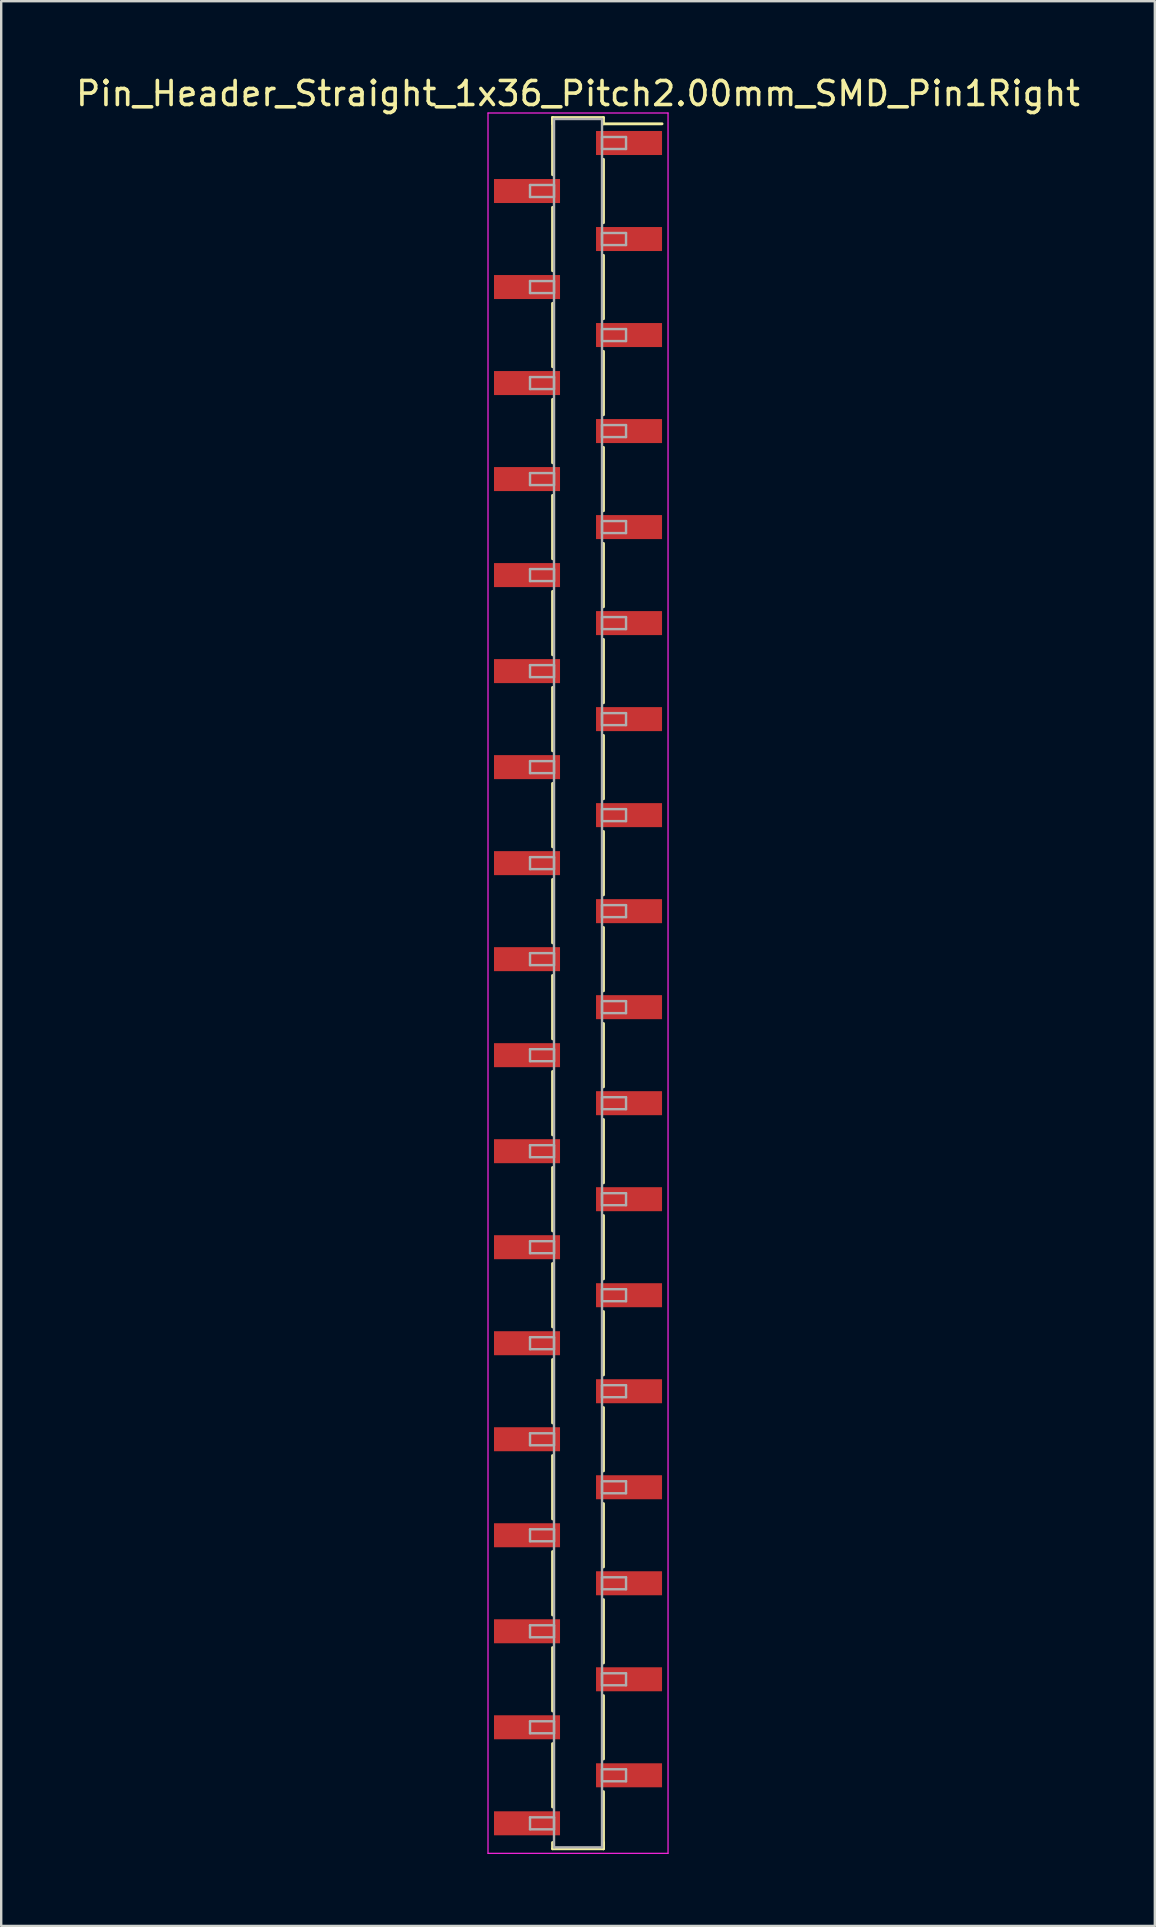
<source format=kicad_pcb>
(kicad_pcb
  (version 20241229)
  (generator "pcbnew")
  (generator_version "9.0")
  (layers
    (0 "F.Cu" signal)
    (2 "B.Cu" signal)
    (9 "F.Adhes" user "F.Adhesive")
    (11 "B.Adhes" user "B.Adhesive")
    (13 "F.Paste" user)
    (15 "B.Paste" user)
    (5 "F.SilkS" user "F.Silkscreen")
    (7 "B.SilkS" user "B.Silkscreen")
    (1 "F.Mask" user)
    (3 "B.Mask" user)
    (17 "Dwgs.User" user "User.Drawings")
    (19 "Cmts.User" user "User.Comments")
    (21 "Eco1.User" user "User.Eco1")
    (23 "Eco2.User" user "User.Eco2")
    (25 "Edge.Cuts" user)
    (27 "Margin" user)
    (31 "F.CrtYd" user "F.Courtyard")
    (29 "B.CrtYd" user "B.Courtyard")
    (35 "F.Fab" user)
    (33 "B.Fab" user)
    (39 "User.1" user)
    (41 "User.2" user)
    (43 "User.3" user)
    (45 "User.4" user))
  (footprint "Pin_Header_Straight_1x36_Pitch2.00mm_SMD_Pin1Right"
    (layer "F.Cu")
    (at 21.03 37.908)
    (property "Reference" "Pin_Header_Straight_1x36_Pitch2.00mm_SMD_Pin1Right" (at 0 -37.06 0) (layer "F.SilkS") (effects (font (size 1 1) (thickness 0.15))))
    (attr smd)
    (fp_line (start -1.06 -36.06) (end -1.06 -33.68) (stroke (width 0.12) (type solid)) (layer "F.SilkS"))
    (fp_line (start -1.06 -36.06) (end 1.06 -36.06) (stroke (width 0.12) (type solid)) (layer "F.SilkS"))
    (fp_line (start -1.06 -35.8) (end -1.06 -36.06) (stroke (width 0.12) (type solid)) (layer "F.SilkS"))
    (fp_line (start -1.06 -32.32) (end -1.06 -29.68) (stroke (width 0.12) (type solid)) (layer "F.SilkS"))
    (fp_line (start -1.06 -28.32) (end -1.06 -25.68) (stroke (width 0.12) (type solid)) (layer "F.SilkS"))
    (fp_line (start -1.06 -24.32) (end -1.06 -21.68) (stroke (width 0.12) (type solid)) (layer "F.SilkS"))
    (fp_line (start -1.06 -20.32) (end -1.06 -17.68) (stroke (width 0.12) (type solid)) (layer "F.SilkS"))
    (fp_line (start -1.06 -16.32) (end -1.06 -13.68) (stroke (width 0.12) (type solid)) (layer "F.SilkS"))
    (fp_line (start -1.06 -12.32) (end -1.06 -9.68) (stroke (width 0.12) (type solid)) (layer "F.SilkS"))
    (fp_line (start -1.06 -8.32) (end -1.06 -5.68) (stroke (width 0.12) (type solid)) (layer "F.SilkS"))
    (fp_line (start -1.06 -4.32) (end -1.06 -1.68) (stroke (width 0.12) (type solid)) (layer "F.SilkS"))
    (fp_line (start -1.06 -0.32) (end -1.06 2.32) (stroke (width 0.12) (type solid)) (layer "F.SilkS"))
    (fp_line (start -1.06 3.68) (end -1.06 6.32) (stroke (width 0.12) (type solid)) (layer "F.SilkS"))
    (fp_line (start -1.06 7.68) (end -1.06 10.32) (stroke (width 0.12) (type solid)) (layer "F.SilkS"))
    (fp_line (start -1.06 11.68) (end -1.06 14.32) (stroke (width 0.12) (type solid)) (layer "F.SilkS"))
    (fp_line (start -1.06 15.68) (end -1.06 18.32) (stroke (width 0.12) (type solid)) (layer "F.SilkS"))
    (fp_line (start -1.06 19.68) (end -1.06 22.32) (stroke (width 0.12) (type solid)) (layer "F.SilkS"))
    (fp_line (start -1.06 23.68) (end -1.06 26.32) (stroke (width 0.12) (type solid)) (layer "F.SilkS"))
    (fp_line (start -1.06 27.68) (end -1.06 30.32) (stroke (width 0.12) (type solid)) (layer "F.SilkS"))
    (fp_line (start -1.06 31.68) (end -1.06 34.32) (stroke (width 0.12) (type solid)) (layer "F.SilkS"))
    (fp_line (start -1.06 35.8) (end -1.06 36.06) (stroke (width 0.12) (type solid)) (layer "F.SilkS"))
    (fp_line (start -1.06 36.06) (end 1.06 36.06) (stroke (width 0.12) (type solid)) (layer "F.SilkS"))
    (fp_line (start 1.06 -36.06) (end 1.06 -35.8) (stroke (width 0.12) (type solid)) (layer "F.SilkS"))
    (fp_line (start 1.06 -35.8) (end 3.5 -35.8) (stroke (width 0.12) (type solid)) (layer "F.SilkS"))
    (fp_line (start 1.06 -34.32) (end 1.06 -31.68) (stroke (width 0.12) (type solid)) (layer "F.SilkS"))
    (fp_line (start 1.06 -30.32) (end 1.06 -27.68) (stroke (width 0.12) (type solid)) (layer "F.SilkS"))
    (fp_line (start 1.06 -26.32) (end 1.06 -23.68) (stroke (width 0.12) (type solid)) (layer "F.SilkS"))
    (fp_line (start 1.06 -22.32) (end 1.06 -19.68) (stroke (width 0.12) (type solid)) (layer "F.SilkS"))
    (fp_line (start 1.06 -18.32) (end 1.06 -15.68) (stroke (width 0.12) (type solid)) (layer "F.SilkS"))
    (fp_line (start 1.06 -14.32) (end 1.06 -11.68) (stroke (width 0.12) (type solid)) (layer "F.SilkS"))
    (fp_line (start 1.06 -10.32) (end 1.06 -7.68) (stroke (width 0.12) (type solid)) (layer "F.SilkS"))
    (fp_line (start 1.06 -6.32) (end 1.06 -3.68) (stroke (width 0.12) (type solid)) (layer "F.SilkS"))
    (fp_line (start 1.06 -2.32) (end 1.06 0.32) (stroke (width 0.12) (type solid)) (layer "F.SilkS"))
    (fp_line (start 1.06 1.68) (end 1.06 4.32) (stroke (width 0.12) (type solid)) (layer "F.SilkS"))
    (fp_line (start 1.06 5.68) (end 1.06 8.32) (stroke (width 0.12) (type solid)) (layer "F.SilkS"))
    (fp_line (start 1.06 9.68) (end 1.06 12.32) (stroke (width 0.12) (type solid)) (layer "F.SilkS"))
    (fp_line (start 1.06 13.68) (end 1.06 16.32) (stroke (width 0.12) (type solid)) (layer "F.SilkS"))
    (fp_line (start 1.06 17.68) (end 1.06 20.32) (stroke (width 0.12) (type solid)) (layer "F.SilkS"))
    (fp_line (start 1.06 21.68) (end 1.06 24.32) (stroke (width 0.12) (type solid)) (layer "F.SilkS"))
    (fp_line (start 1.06 25.68) (end 1.06 28.32) (stroke (width 0.12) (type solid)) (layer "F.SilkS"))
    (fp_line (start 1.06 29.68) (end 1.06 32.32) (stroke (width 0.12) (type solid)) (layer "F.SilkS"))
    (fp_line (start 1.06 33.68) (end 1.06 36.06) (stroke (width 0.12) (type solid)) (layer "F.SilkS"))
    (fp_line (start 1.06 36.06) (end 1.06 35.8) (stroke (width 0.12) (type solid)) (layer "F.SilkS"))
    (fp_line (start -3.75 -36.25) (end -3.75 36.25) (stroke (width 0.05) (type solid)) (layer "F.CrtYd"))
    (fp_line (start -3.75 36.25) (end 3.75 36.25) (stroke (width 0.05) (type solid)) (layer "F.CrtYd"))
    (fp_line (start 3.75 -36.25) (end -3.75 -36.25) (stroke (width 0.05) (type solid)) (layer "F.CrtYd"))
    (fp_line (start 3.75 36.25) (end 3.75 -36.25) (stroke (width 0.05) (type solid)) (layer "F.CrtYd"))
    (fp_line (start -2 -33.25) (end -1 -33.25) (stroke (width 0.1) (type solid)) (layer "F.Fab"))
    (fp_line (start -2 -32.75) (end -2 -33.25) (stroke (width 0.1) (type solid)) (layer "F.Fab"))
    (fp_line (start -2 -29.25) (end -1 -29.25) (stroke (width 0.1) (type solid)) (layer "F.Fab"))
    (fp_line (start -2 -28.75) (end -2 -29.25) (stroke (width 0.1) (type solid)) (layer "F.Fab"))
    (fp_line (start -2 -25.25) (end -1 -25.25) (stroke (width 0.1) (type solid)) (layer "F.Fab"))
    (fp_line (start -2 -24.75) (end -2 -25.25) (stroke (width 0.1) (type solid)) (layer "F.Fab"))
    (fp_line (start -2 -21.25) (end -1 -21.25) (stroke (width 0.1) (type solid)) (layer "F.Fab"))
    (fp_line (start -2 -20.75) (end -2 -21.25) (stroke (width 0.1) (type solid)) (layer "F.Fab"))
    (fp_line (start -2 -17.25) (end -1 -17.25) (stroke (width 0.1) (type solid)) (layer "F.Fab"))
    (fp_line (start -2 -16.75) (end -2 -17.25) (stroke (width 0.1) (type solid)) (layer "F.Fab"))
    (fp_line (start -2 -13.25) (end -1 -13.25) (stroke (width 0.1) (type solid)) (layer "F.Fab"))
    (fp_line (start -2 -12.75) (end -2 -13.25) (stroke (width 0.1) (type solid)) (layer "F.Fab"))
    (fp_line (start -2 -9.25) (end -1 -9.25) (stroke (width 0.1) (type solid)) (layer "F.Fab"))
    (fp_line (start -2 -8.75) (end -2 -9.25) (stroke (width 0.1) (type solid)) (layer "F.Fab"))
    (fp_line (start -2 -5.25) (end -1 -5.25) (stroke (width 0.1) (type solid)) (layer "F.Fab"))
    (fp_line (start -2 -4.75) (end -2 -5.25) (stroke (width 0.1) (type solid)) (layer "F.Fab"))
    (fp_line (start -2 -1.25) (end -1 -1.25) (stroke (width 0.1) (type solid)) (layer "F.Fab"))
    (fp_line (start -2 -0.75) (end -2 -1.25) (stroke (width 0.1) (type solid)) (layer "F.Fab"))
    (fp_line (start -2 2.75) (end -1 2.75) (stroke (width 0.1) (type solid)) (layer "F.Fab"))
    (fp_line (start -2 3.25) (end -2 2.75) (stroke (width 0.1) (type solid)) (layer "F.Fab"))
    (fp_line (start -2 6.75) (end -1 6.75) (stroke (width 0.1) (type solid)) (layer "F.Fab"))
    (fp_line (start -2 7.25) (end -2 6.75) (stroke (width 0.1) (type solid)) (layer "F.Fab"))
    (fp_line (start -2 10.75) (end -1 10.75) (stroke (width 0.1) (type solid)) (layer "F.Fab"))
    (fp_line (start -2 11.25) (end -2 10.75) (stroke (width 0.1) (type solid)) (layer "F.Fab"))
    (fp_line (start -2 14.75) (end -1 14.75) (stroke (width 0.1) (type solid)) (layer "F.Fab"))
    (fp_line (start -2 15.25) (end -2 14.75) (stroke (width 0.1) (type solid)) (layer "F.Fab"))
    (fp_line (start -2 18.75) (end -1 18.75) (stroke (width 0.1) (type solid)) (layer "F.Fab"))
    (fp_line (start -2 19.25) (end -2 18.75) (stroke (width 0.1) (type solid)) (layer "F.Fab"))
    (fp_line (start -2 22.75) (end -1 22.75) (stroke (width 0.1) (type solid)) (layer "F.Fab"))
    (fp_line (start -2 23.25) (end -2 22.75) (stroke (width 0.1) (type solid)) (layer "F.Fab"))
    (fp_line (start -2 26.75) (end -1 26.75) (stroke (width 0.1) (type solid)) (layer "F.Fab"))
    (fp_line (start -2 27.25) (end -2 26.75) (stroke (width 0.1) (type solid)) (layer "F.Fab"))
    (fp_line (start -2 30.75) (end -1 30.75) (stroke (width 0.1) (type solid)) (layer "F.Fab"))
    (fp_line (start -2 31.25) (end -2 30.75) (stroke (width 0.1) (type solid)) (layer "F.Fab"))
    (fp_line (start -2 34.75) (end -1 34.75) (stroke (width 0.1) (type solid)) (layer "F.Fab"))
    (fp_line (start -2 35.25) (end -2 34.75) (stroke (width 0.1) (type solid)) (layer "F.Fab"))
    (fp_line (start -1 -36) (end -1 36) (stroke (width 0.1) (type solid)) (layer "F.Fab"))
    (fp_line (start -1 -33.25) (end -1 -32.75) (stroke (width 0.1) (type solid)) (layer "F.Fab"))
    (fp_line (start -1 -32.75) (end -2 -32.75) (stroke (width 0.1) (type solid)) (layer "F.Fab"))
    (fp_line (start -1 -29.25) (end -1 -28.75) (stroke (width 0.1) (type solid)) (layer "F.Fab"))
    (fp_line (start -1 -28.75) (end -2 -28.75) (stroke (width 0.1) (type solid)) (layer "F.Fab"))
    (fp_line (start -1 -25.25) (end -1 -24.75) (stroke (width 0.1) (type solid)) (layer "F.Fab"))
    (fp_line (start -1 -24.75) (end -2 -24.75) (stroke (width 0.1) (type solid)) (layer "F.Fab"))
    (fp_line (start -1 -21.25) (end -1 -20.75) (stroke (width 0.1) (type solid)) (layer "F.Fab"))
    (fp_line (start -1 -20.75) (end -2 -20.75) (stroke (width 0.1) (type solid)) (layer "F.Fab"))
    (fp_line (start -1 -17.25) (end -1 -16.75) (stroke (width 0.1) (type solid)) (layer "F.Fab"))
    (fp_line (start -1 -16.75) (end -2 -16.75) (stroke (width 0.1) (type solid)) (layer "F.Fab"))
    (fp_line (start -1 -13.25) (end -1 -12.75) (stroke (width 0.1) (type solid)) (layer "F.Fab"))
    (fp_line (start -1 -12.75) (end -2 -12.75) (stroke (width 0.1) (type solid)) (layer "F.Fab"))
    (fp_line (start -1 -9.25) (end -1 -8.75) (stroke (width 0.1) (type solid)) (layer "F.Fab"))
    (fp_line (start -1 -8.75) (end -2 -8.75) (stroke (width 0.1) (type solid)) (layer "F.Fab"))
    (fp_line (start -1 -5.25) (end -1 -4.75) (stroke (width 0.1) (type solid)) (layer "F.Fab"))
    (fp_line (start -1 -4.75) (end -2 -4.75) (stroke (width 0.1) (type solid)) (layer "F.Fab"))
    (fp_line (start -1 -1.25) (end -1 -0.75) (stroke (width 0.1) (type solid)) (layer "F.Fab"))
    (fp_line (start -1 -0.75) (end -2 -0.75) (stroke (width 0.1) (type solid)) (layer "F.Fab"))
    (fp_line (start -1 2.75) (end -1 3.25) (stroke (width 0.1) (type solid)) (layer "F.Fab"))
    (fp_line (start -1 3.25) (end -2 3.25) (stroke (width 0.1) (type solid)) (layer "F.Fab"))
    (fp_line (start -1 6.75) (end -1 7.25) (stroke (width 0.1) (type solid)) (layer "F.Fab"))
    (fp_line (start -1 7.25) (end -2 7.25) (stroke (width 0.1) (type solid)) (layer "F.Fab"))
    (fp_line (start -1 10.75) (end -1 11.25) (stroke (width 0.1) (type solid)) (layer "F.Fab"))
    (fp_line (start -1 11.25) (end -2 11.25) (stroke (width 0.1) (type solid)) (layer "F.Fab"))
    (fp_line (start -1 14.75) (end -1 15.25) (stroke (width 0.1) (type solid)) (layer "F.Fab"))
    (fp_line (start -1 15.25) (end -2 15.25) (stroke (width 0.1) (type solid)) (layer "F.Fab"))
    (fp_line (start -1 18.75) (end -1 19.25) (stroke (width 0.1) (type solid)) (layer "F.Fab"))
    (fp_line (start -1 19.25) (end -2 19.25) (stroke (width 0.1) (type solid)) (layer "F.Fab"))
    (fp_line (start -1 22.75) (end -1 23.25) (stroke (width 0.1) (type solid)) (layer "F.Fab"))
    (fp_line (start -1 23.25) (end -2 23.25) (stroke (width 0.1) (type solid)) (layer "F.Fab"))
    (fp_line (start -1 26.75) (end -1 27.25) (stroke (width 0.1) (type solid)) (layer "F.Fab"))
    (fp_line (start -1 27.25) (end -2 27.25) (stroke (width 0.1) (type solid)) (layer "F.Fab"))
    (fp_line (start -1 30.75) (end -1 31.25) (stroke (width 0.1) (type solid)) (layer "F.Fab"))
    (fp_line (start -1 31.25) (end -2 31.25) (stroke (width 0.1) (type solid)) (layer "F.Fab"))
    (fp_line (start -1 34.75) (end -1 35.25) (stroke (width 0.1) (type solid)) (layer "F.Fab"))
    (fp_line (start -1 35.25) (end -2 35.25) (stroke (width 0.1) (type solid)) (layer "F.Fab"))
    (fp_line (start -1 36) (end 1 36) (stroke (width 0.1) (type solid)) (layer "F.Fab"))
    (fp_line (start 1 -36) (end -1 -36) (stroke (width 0.1) (type solid)) (layer "F.Fab"))
    (fp_line (start 1 -35.25) (end 1 -34.75) (stroke (width 0.1) (type solid)) (layer "F.Fab"))
    (fp_line (start 1 -34.75) (end 2 -34.75) (stroke (width 0.1) (type solid)) (layer "F.Fab"))
    (fp_line (start 1 -31.25) (end 1 -30.75) (stroke (width 0.1) (type solid)) (layer "F.Fab"))
    (fp_line (start 1 -30.75) (end 2 -30.75) (stroke (width 0.1) (type solid)) (layer "F.Fab"))
    (fp_line (start 1 -27.25) (end 1 -26.75) (stroke (width 0.1) (type solid)) (layer "F.Fab"))
    (fp_line (start 1 -26.75) (end 2 -26.75) (stroke (width 0.1) (type solid)) (layer "F.Fab"))
    (fp_line (start 1 -23.25) (end 1 -22.75) (stroke (width 0.1) (type solid)) (layer "F.Fab"))
    (fp_line (start 1 -22.75) (end 2 -22.75) (stroke (width 0.1) (type solid)) (layer "F.Fab"))
    (fp_line (start 1 -19.25) (end 1 -18.75) (stroke (width 0.1) (type solid)) (layer "F.Fab"))
    (fp_line (start 1 -18.75) (end 2 -18.75) (stroke (width 0.1) (type solid)) (layer "F.Fab"))
    (fp_line (start 1 -15.25) (end 1 -14.75) (stroke (width 0.1) (type solid)) (layer "F.Fab"))
    (fp_line (start 1 -14.75) (end 2 -14.75) (stroke (width 0.1) (type solid)) (layer "F.Fab"))
    (fp_line (start 1 -11.25) (end 1 -10.75) (stroke (width 0.1) (type solid)) (layer "F.Fab"))
    (fp_line (start 1 -10.75) (end 2 -10.75) (stroke (width 0.1) (type solid)) (layer "F.Fab"))
    (fp_line (start 1 -7.25) (end 1 -6.75) (stroke (width 0.1) (type solid)) (layer "F.Fab"))
    (fp_line (start 1 -6.75) (end 2 -6.75) (stroke (width 0.1) (type solid)) (layer "F.Fab"))
    (fp_line (start 1 -3.25) (end 1 -2.75) (stroke (width 0.1) (type solid)) (layer "F.Fab"))
    (fp_line (start 1 -2.75) (end 2 -2.75) (stroke (width 0.1) (type solid)) (layer "F.Fab"))
    (fp_line (start 1 0.75) (end 1 1.25) (stroke (width 0.1) (type solid)) (layer "F.Fab"))
    (fp_line (start 1 1.25) (end 2 1.25) (stroke (width 0.1) (type solid)) (layer "F.Fab"))
    (fp_line (start 1 4.75) (end 1 5.25) (stroke (width 0.1) (type solid)) (layer "F.Fab"))
    (fp_line (start 1 5.25) (end 2 5.25) (stroke (width 0.1) (type solid)) (layer "F.Fab"))
    (fp_line (start 1 8.75) (end 1 9.25) (stroke (width 0.1) (type solid)) (layer "F.Fab"))
    (fp_line (start 1 9.25) (end 2 9.25) (stroke (width 0.1) (type solid)) (layer "F.Fab"))
    (fp_line (start 1 12.75) (end 1 13.25) (stroke (width 0.1) (type solid)) (layer "F.Fab"))
    (fp_line (start 1 13.25) (end 2 13.25) (stroke (width 0.1) (type solid)) (layer "F.Fab"))
    (fp_line (start 1 16.75) (end 1 17.25) (stroke (width 0.1) (type solid)) (layer "F.Fab"))
    (fp_line (start 1 17.25) (end 2 17.25) (stroke (width 0.1) (type solid)) (layer "F.Fab"))
    (fp_line (start 1 20.75) (end 1 21.25) (stroke (width 0.1) (type solid)) (layer "F.Fab"))
    (fp_line (start 1 21.25) (end 2 21.25) (stroke (width 0.1) (type solid)) (layer "F.Fab"))
    (fp_line (start 1 24.75) (end 1 25.25) (stroke (width 0.1) (type solid)) (layer "F.Fab"))
    (fp_line (start 1 25.25) (end 2 25.25) (stroke (width 0.1) (type solid)) (layer "F.Fab"))
    (fp_line (start 1 28.75) (end 1 29.25) (stroke (width 0.1) (type solid)) (layer "F.Fab"))
    (fp_line (start 1 29.25) (end 2 29.25) (stroke (width 0.1) (type solid)) (layer "F.Fab"))
    (fp_line (start 1 32.75) (end 1 33.25) (stroke (width 0.1) (type solid)) (layer "F.Fab"))
    (fp_line (start 1 33.25) (end 2 33.25) (stroke (width 0.1) (type solid)) (layer "F.Fab"))
    (fp_line (start 1 36) (end 1 -36) (stroke (width 0.1) (type solid)) (layer "F.Fab"))
    (fp_line (start 2 -35.25) (end 1 -35.25) (stroke (width 0.1) (type solid)) (layer "F.Fab"))
    (fp_line (start 2 -34.75) (end 2 -35.25) (stroke (width 0.1) (type solid)) (layer "F.Fab"))
    (fp_line (start 2 -31.25) (end 1 -31.25) (stroke (width 0.1) (type solid)) (layer "F.Fab"))
    (fp_line (start 2 -30.75) (end 2 -31.25) (stroke (width 0.1) (type solid)) (layer "F.Fab"))
    (fp_line (start 2 -27.25) (end 1 -27.25) (stroke (width 0.1) (type solid)) (layer "F.Fab"))
    (fp_line (start 2 -26.75) (end 2 -27.25) (stroke (width 0.1) (type solid)) (layer "F.Fab"))
    (fp_line (start 2 -23.25) (end 1 -23.25) (stroke (width 0.1) (type solid)) (layer "F.Fab"))
    (fp_line (start 2 -22.75) (end 2 -23.25) (stroke (width 0.1) (type solid)) (layer "F.Fab"))
    (fp_line (start 2 -19.25) (end 1 -19.25) (stroke (width 0.1) (type solid)) (layer "F.Fab"))
    (fp_line (start 2 -18.75) (end 2 -19.25) (stroke (width 0.1) (type solid)) (layer "F.Fab"))
    (fp_line (start 2 -15.25) (end 1 -15.25) (stroke (width 0.1) (type solid)) (layer "F.Fab"))
    (fp_line (start 2 -14.75) (end 2 -15.25) (stroke (width 0.1) (type solid)) (layer "F.Fab"))
    (fp_line (start 2 -11.25) (end 1 -11.25) (stroke (width 0.1) (type solid)) (layer "F.Fab"))
    (fp_line (start 2 -10.75) (end 2 -11.25) (stroke (width 0.1) (type solid)) (layer "F.Fab"))
    (fp_line (start 2 -7.25) (end 1 -7.25) (stroke (width 0.1) (type solid)) (layer "F.Fab"))
    (fp_line (start 2 -6.75) (end 2 -7.25) (stroke (width 0.1) (type solid)) (layer "F.Fab"))
    (fp_line (start 2 -3.25) (end 1 -3.25) (stroke (width 0.1) (type solid)) (layer "F.Fab"))
    (fp_line (start 2 -2.75) (end 2 -3.25) (stroke (width 0.1) (type solid)) (layer "F.Fab"))
    (fp_line (start 2 0.75) (end 1 0.75) (stroke (width 0.1) (type solid)) (layer "F.Fab"))
    (fp_line (start 2 1.25) (end 2 0.75) (stroke (width 0.1) (type solid)) (layer "F.Fab"))
    (fp_line (start 2 4.75) (end 1 4.75) (stroke (width 0.1) (type solid)) (layer "F.Fab"))
    (fp_line (start 2 5.25) (end 2 4.75) (stroke (width 0.1) (type solid)) (layer "F.Fab"))
    (fp_line (start 2 8.75) (end 1 8.75) (stroke (width 0.1) (type solid)) (layer "F.Fab"))
    (fp_line (start 2 9.25) (end 2 8.75) (stroke (width 0.1) (type solid)) (layer "F.Fab"))
    (fp_line (start 2 12.75) (end 1 12.75) (stroke (width 0.1) (type solid)) (layer "F.Fab"))
    (fp_line (start 2 13.25) (end 2 12.75) (stroke (width 0.1) (type solid)) (layer "F.Fab"))
    (fp_line (start 2 16.75) (end 1 16.75) (stroke (width 0.1) (type solid)) (layer "F.Fab"))
    (fp_line (start 2 17.25) (end 2 16.75) (stroke (width 0.1) (type solid)) (layer "F.Fab"))
    (fp_line (start 2 20.75) (end 1 20.75) (stroke (width 0.1) (type solid)) (layer "F.Fab"))
    (fp_line (start 2 21.25) (end 2 20.75) (stroke (width 0.1) (type solid)) (layer "F.Fab"))
    (fp_line (start 2 24.75) (end 1 24.75) (stroke (width 0.1) (type solid)) (layer "F.Fab"))
    (fp_line (start 2 25.25) (end 2 24.75) (stroke (width 0.1) (type solid)) (layer "F.Fab"))
    (fp_line (start 2 28.75) (end 1 28.75) (stroke (width 0.1) (type solid)) (layer "F.Fab"))
    (fp_line (start 2 29.25) (end 2 28.75) (stroke (width 0.1) (type solid)) (layer "F.Fab"))
    (fp_line (start 2 32.75) (end 1 32.75) (stroke (width 0.1) (type solid)) (layer "F.Fab"))
    (fp_line (start 2 33.25) (end 2 32.75) (stroke (width 0.1) (type solid)) (layer "F.Fab"))
    (pad "1" smd rect (at 2.125 -35) (size 2.75 1) (layers "F.Cu" "F.Mask"))
    (pad "2" smd rect (at -2.125 -33) (size 2.75 1) (layers "F.Cu" "F.Mask"))
    (pad "3" smd rect (at 2.125 -31) (size 2.75 1) (layers "F.Cu" "F.Mask"))
    (pad "4" smd rect (at -2.125 -29) (size 2.75 1) (layers "F.Cu" "F.Mask"))
    (pad "5" smd rect (at 2.125 -27) (size 2.75 1) (layers "F.Cu" "F.Mask"))
    (pad "6" smd rect (at -2.125 -25) (size 2.75 1) (layers "F.Cu" "F.Mask"))
    (pad "7" smd rect (at 2.125 -23) (size 2.75 1) (layers "F.Cu" "F.Mask"))
    (pad "8" smd rect (at -2.125 -21) (size 2.75 1) (layers "F.Cu" "F.Mask"))
    (pad "9" smd rect (at 2.125 -19) (size 2.75 1) (layers "F.Cu" "F.Mask"))
    (pad "10" smd rect (at -2.125 -17) (size 2.75 1) (layers "F.Cu" "F.Mask"))
    (pad "11" smd rect (at 2.125 -15) (size 2.75 1) (layers "F.Cu" "F.Mask"))
    (pad "12" smd rect (at -2.125 -13) (size 2.75 1) (layers "F.Cu" "F.Mask"))
    (pad "13" smd rect (at 2.125 -11) (size 2.75 1) (layers "F.Cu" "F.Mask"))
    (pad "14" smd rect (at -2.125 -9) (size 2.75 1) (layers "F.Cu" "F.Mask"))
    (pad "15" smd rect (at 2.125 -7) (size 2.75 1) (layers "F.Cu" "F.Mask"))
    (pad "16" smd rect (at -2.125 -5) (size 2.75 1) (layers "F.Cu" "F.Mask"))
    (pad "17" smd rect (at 2.125 -3) (size 2.75 1) (layers "F.Cu" "F.Mask"))
    (pad "18" smd rect (at -2.125 -1) (size 2.75 1) (layers "F.Cu" "F.Mask"))
    (pad "19" smd rect (at 2.125 1) (size 2.75 1) (layers "F.Cu" "F.Mask"))
    (pad "20" smd rect (at -2.125 3) (size 2.75 1) (layers "F.Cu" "F.Mask"))
    (pad "21" smd rect (at 2.125 5) (size 2.75 1) (layers "F.Cu" "F.Mask"))
    (pad "22" smd rect (at -2.125 7) (size 2.75 1) (layers "F.Cu" "F.Mask"))
    (pad "23" smd rect (at 2.125 9) (size 2.75 1) (layers "F.Cu" "F.Mask"))
    (pad "24" smd rect (at -2.125 11) (size 2.75 1) (layers "F.Cu" "F.Mask"))
    (pad "25" smd rect (at 2.125 13) (size 2.75 1) (layers "F.Cu" "F.Mask"))
    (pad "26" smd rect (at -2.125 15) (size 2.75 1) (layers "F.Cu" "F.Mask"))
    (pad "27" smd rect (at 2.125 17) (size 2.75 1) (layers "F.Cu" "F.Mask"))
    (pad "28" smd rect (at -2.125 19) (size 2.75 1) (layers "F.Cu" "F.Mask"))
    (pad "29" smd rect (at 2.125 21) (size 2.75 1) (layers "F.Cu" "F.Mask"))
    (pad "30" smd rect (at -2.125 23) (size 2.75 1) (layers "F.Cu" "F.Mask"))
    (pad "31" smd rect (at 2.125 25) (size 2.75 1) (layers "F.Cu" "F.Mask"))
    (pad "32" smd rect (at -2.125 27) (size 2.75 1) (layers "F.Cu" "F.Mask"))
    (pad "33" smd rect (at 2.125 29) (size 2.75 1) (layers "F.Cu" "F.Mask"))
    (pad "34" smd rect (at -2.125 31) (size 2.75 1) (layers "F.Cu" "F.Mask"))
    (pad "35" smd rect (at 2.125 33) (size 2.75 1) (layers "F.Cu" "F.Mask"))
    (pad "36" smd rect (at -2.125 35) (size 2.75 1) (layers "F.Cu" "F.Mask")))
  (gr_rect
    (start -3 -3)
    (end 45.06 77.183)
    (stroke (width 0.1) (type default))
    (fill no)
    (layer "Edge.Cuts")))
</source>
